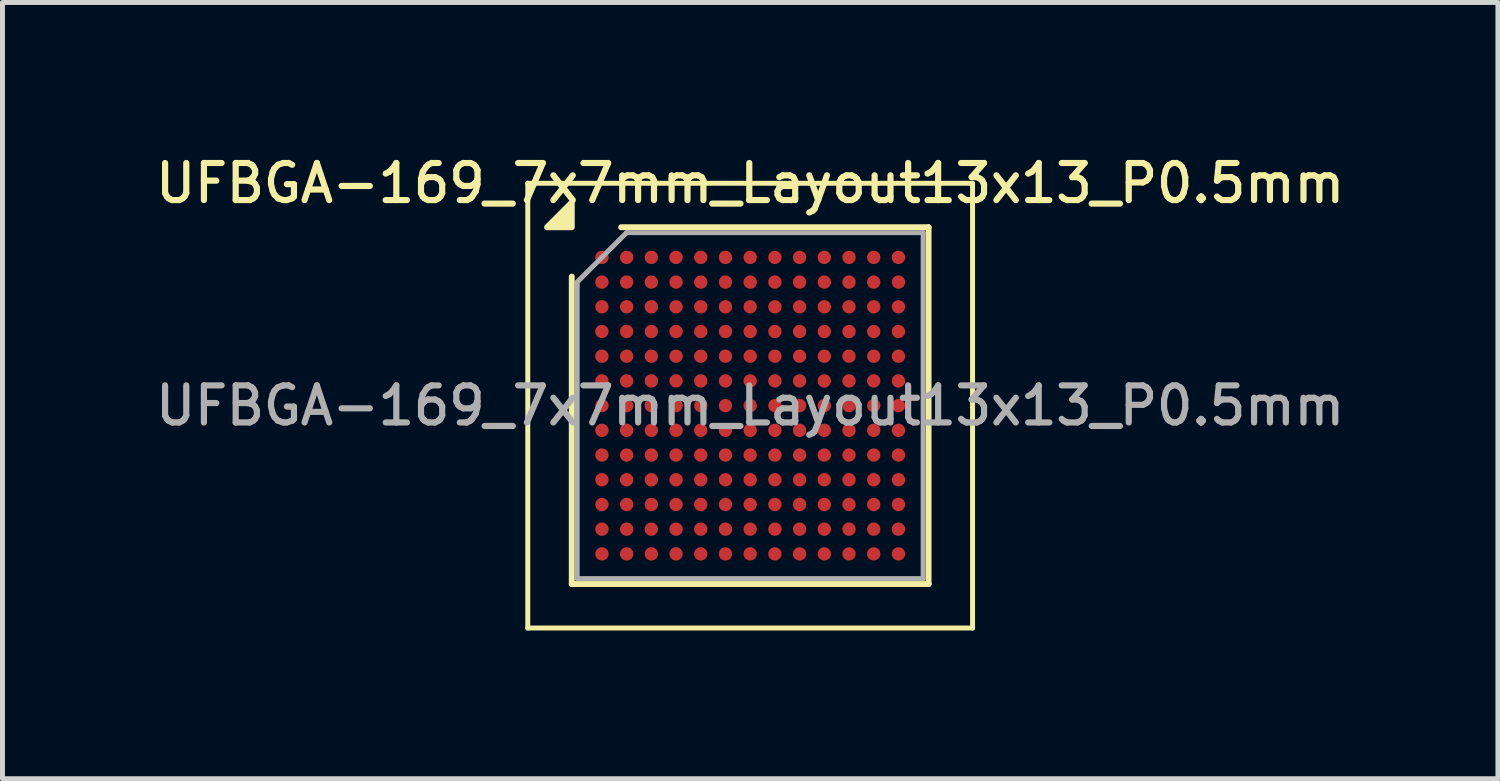
<source format=kicad_pcb>
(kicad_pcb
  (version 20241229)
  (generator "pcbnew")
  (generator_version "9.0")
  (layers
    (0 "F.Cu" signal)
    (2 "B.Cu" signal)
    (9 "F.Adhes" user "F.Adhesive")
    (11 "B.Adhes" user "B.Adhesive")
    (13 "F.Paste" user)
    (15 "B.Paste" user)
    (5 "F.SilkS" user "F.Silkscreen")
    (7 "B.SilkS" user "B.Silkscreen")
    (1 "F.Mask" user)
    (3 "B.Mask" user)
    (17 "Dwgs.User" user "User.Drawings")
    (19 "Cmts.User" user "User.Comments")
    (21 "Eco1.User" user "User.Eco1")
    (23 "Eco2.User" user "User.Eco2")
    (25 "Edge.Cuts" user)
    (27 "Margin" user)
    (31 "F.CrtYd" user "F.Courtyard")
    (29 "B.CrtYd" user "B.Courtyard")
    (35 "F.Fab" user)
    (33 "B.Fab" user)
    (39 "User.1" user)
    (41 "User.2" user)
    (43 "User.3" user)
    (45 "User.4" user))
  (footprint "UFBGA-169_7x7mm_Layout13x13_P0.5mm"
    (layer "F.Cu")
    (at 12.13 5.158)
    (property "Reference" "UFBGA-169_7x7mm_Layout13x13_P0.5mm" (at 0 -4.5 0) (layer "F.SilkS") (effects (font (size 0.75 0.75) (thickness 0.125))))
    (attr smd)
    (fp_line (start -4.5 -4.5) (end -4.5 4.5) (stroke (width 0.1) (type solid)) (layer "F.SilkS"))
    (fp_line (start -4.5 4.5) (end 4.5 4.5) (stroke (width 0.1) (type solid)) (layer "F.SilkS"))
    (fp_line (start -3.61 3.61) (end -3.61 -2.61) (stroke (width 0.12) (type solid)) (layer "F.SilkS"))
    (fp_line (start -2.61 -3.61) (end 3.61 -3.61) (stroke (width 0.12) (type solid)) (layer "F.SilkS"))
    (fp_line (start 3.61 -3.61) (end 3.61 3.61) (stroke (width 0.12) (type solid)) (layer "F.SilkS"))
    (fp_line (start 3.61 3.61) (end -3.61 3.61) (stroke (width 0.12) (type solid)) (layer "F.SilkS"))
    (fp_line (start 4.5 -4.5) (end -4.5 -4.5) (stroke (width 0.1) (type solid)) (layer "F.SilkS"))
    (fp_line (start 4.5 4.5) (end 4.5 -4.5) (stroke (width 0.1) (type solid)) (layer "F.SilkS"))
    (fp_poly (pts (xy -3.61 -3.61) (xy -4.11 -3.61) (xy -3.61 -4.11) (xy -3.61 -3.61)) (stroke (width 0.12) (type solid)) (fill yes) (layer "F.SilkS"))
    (fp_line (start -3.5 -2.5) (end -2.5 -3.5) (stroke (width 0.1) (type solid)) (layer "F.Fab"))
    (fp_line (start -3.5 3.5) (end -3.5 -2.5) (stroke (width 0.1) (type solid)) (layer "F.Fab"))
    (fp_line (start -2.5 -3.5) (end 3.5 -3.5) (stroke (width 0.1) (type solid)) (layer "F.Fab"))
    (fp_line (start 3.5 -3.5) (end 3.5 3.5) (stroke (width 0.1) (type solid)) (layer "F.Fab"))
    (fp_line (start 3.5 3.5) (end -3.5 3.5) (stroke (width 0.1) (type solid)) (layer "F.Fab"))
    (fp_text user "${REFERENCE}" (at 0 0 0) (layer "F.Fab") (effects (font (size 0.75 0.75) (thickness 0.125))))
    (pad "A1" smd circle (at -3 -3) (size 0.27 0.27) (property pad_prop_bga) (layers "F.Cu" "F.Mask" "F.Paste"))
    (pad "A2" smd circle (at -2.5 -3) (size 0.27 0.27) (property pad_prop_bga) (layers "F.Cu" "F.Mask" "F.Paste"))
    (pad "A3" smd circle (at -2 -3) (size 0.27 0.27) (property pad_prop_bga) (layers "F.Cu" "F.Mask" "F.Paste"))
    (pad "A4" smd circle (at -1.5 -3) (size 0.27 0.27) (property pad_prop_bga) (layers "F.Cu" "F.Mask" "F.Paste"))
    (pad "A5" smd circle (at -1 -3) (size 0.27 0.27) (property pad_prop_bga) (layers "F.Cu" "F.Mask" "F.Paste"))
    (pad "A6" smd circle (at -0.5 -3) (size 0.27 0.27) (property pad_prop_bga) (layers "F.Cu" "F.Mask" "F.Paste"))
    (pad "A7" smd circle (at 0 -3) (size 0.27 0.27) (property pad_prop_bga) (layers "F.Cu" "F.Mask" "F.Paste"))
    (pad "A8" smd circle (at 0.5 -3) (size 0.27 0.27) (property pad_prop_bga) (layers "F.Cu" "F.Mask" "F.Paste"))
    (pad "A9" smd circle (at 1 -3) (size 0.27 0.27) (property pad_prop_bga) (layers "F.Cu" "F.Mask" "F.Paste"))
    (pad "A10" smd circle (at 1.5 -3) (size 0.27 0.27) (property pad_prop_bga) (layers "F.Cu" "F.Mask" "F.Paste"))
    (pad "A11" smd circle (at 2 -3) (size 0.27 0.27) (property pad_prop_bga) (layers "F.Cu" "F.Mask" "F.Paste"))
    (pad "A12" smd circle (at 2.5 -3) (size 0.27 0.27) (property pad_prop_bga) (layers "F.Cu" "F.Mask" "F.Paste"))
    (pad "A13" smd circle (at 3 -3) (size 0.27 0.27) (property pad_prop_bga) (layers "F.Cu" "F.Mask" "F.Paste"))
    (pad "B1" smd circle (at -3 -2.5) (size 0.27 0.27) (property pad_prop_bga) (layers "F.Cu" "F.Mask" "F.Paste"))
    (pad "B2" smd circle (at -2.5 -2.5) (size 0.27 0.27) (property pad_prop_bga) (layers "F.Cu" "F.Mask" "F.Paste"))
    (pad "B3" smd circle (at -2 -2.5) (size 0.27 0.27) (property pad_prop_bga) (layers "F.Cu" "F.Mask" "F.Paste"))
    (pad "B4" smd circle (at -1.5 -2.5) (size 0.27 0.27) (property pad_prop_bga) (layers "F.Cu" "F.Mask" "F.Paste"))
    (pad "B5" smd circle (at -1 -2.5) (size 0.27 0.27) (property pad_prop_bga) (layers "F.Cu" "F.Mask" "F.Paste"))
    (pad "B6" smd circle (at -0.5 -2.5) (size 0.27 0.27) (property pad_prop_bga) (layers "F.Cu" "F.Mask" "F.Paste"))
    (pad "B7" smd circle (at 0 -2.5) (size 0.27 0.27) (property pad_prop_bga) (layers "F.Cu" "F.Mask" "F.Paste"))
    (pad "B8" smd circle (at 0.5 -2.5) (size 0.27 0.27) (property pad_prop_bga) (layers "F.Cu" "F.Mask" "F.Paste"))
    (pad "B9" smd circle (at 1 -2.5) (size 0.27 0.27) (property pad_prop_bga) (layers "F.Cu" "F.Mask" "F.Paste"))
    (pad "B10" smd circle (at 1.5 -2.5) (size 0.27 0.27) (property pad_prop_bga) (layers "F.Cu" "F.Mask" "F.Paste"))
    (pad "B11" smd circle (at 2 -2.5) (size 0.27 0.27) (property pad_prop_bga) (layers "F.Cu" "F.Mask" "F.Paste"))
    (pad "B12" smd circle (at 2.5 -2.5) (size 0.27 0.27) (property pad_prop_bga) (layers "F.Cu" "F.Mask" "F.Paste"))
    (pad "B13" smd circle (at 3 -2.5) (size 0.27 0.27) (property pad_prop_bga) (layers "F.Cu" "F.Mask" "F.Paste"))
    (pad "C1" smd circle (at -3 -2) (size 0.27 0.27) (property pad_prop_bga) (layers "F.Cu" "F.Mask" "F.Paste"))
    (pad "C2" smd circle (at -2.5 -2) (size 0.27 0.27) (property pad_prop_bga) (layers "F.Cu" "F.Mask" "F.Paste"))
    (pad "C3" smd circle (at -2 -2) (size 0.27 0.27) (property pad_prop_bga) (layers "F.Cu" "F.Mask" "F.Paste"))
    (pad "C4" smd circle (at -1.5 -2) (size 0.27 0.27) (property pad_prop_bga) (layers "F.Cu" "F.Mask" "F.Paste"))
    (pad "C5" smd circle (at -1 -2) (size 0.27 0.27) (property pad_prop_bga) (layers "F.Cu" "F.Mask" "F.Paste"))
    (pad "C6" smd circle (at -0.5 -2) (size 0.27 0.27) (property pad_prop_bga) (layers "F.Cu" "F.Mask" "F.Paste"))
    (pad "C7" smd circle (at 0 -2) (size 0.27 0.27) (property pad_prop_bga) (layers "F.Cu" "F.Mask" "F.Paste"))
    (pad "C8" smd circle (at 0.5 -2) (size 0.27 0.27) (property pad_prop_bga) (layers "F.Cu" "F.Mask" "F.Paste"))
    (pad "C9" smd circle (at 1 -2) (size 0.27 0.27) (property pad_prop_bga) (layers "F.Cu" "F.Mask" "F.Paste"))
    (pad "C10" smd circle (at 1.5 -2) (size 0.27 0.27) (property pad_prop_bga) (layers "F.Cu" "F.Mask" "F.Paste"))
    (pad "C11" smd circle (at 2 -2) (size 0.27 0.27) (property pad_prop_bga) (layers "F.Cu" "F.Mask" "F.Paste"))
    (pad "C12" smd circle (at 2.5 -2) (size 0.27 0.27) (property pad_prop_bga) (layers "F.Cu" "F.Mask" "F.Paste"))
    (pad "C13" smd circle (at 3 -2) (size 0.27 0.27) (property pad_prop_bga) (layers "F.Cu" "F.Mask" "F.Paste"))
    (pad "D1" smd circle (at -3 -1.5) (size 0.27 0.27) (property pad_prop_bga) (layers "F.Cu" "F.Mask" "F.Paste"))
    (pad "D2" smd circle (at -2.5 -1.5) (size 0.27 0.27) (property pad_prop_bga) (layers "F.Cu" "F.Mask" "F.Paste"))
    (pad "D3" smd circle (at -2 -1.5) (size 0.27 0.27) (property pad_prop_bga) (layers "F.Cu" "F.Mask" "F.Paste"))
    (pad "D4" smd circle (at -1.5 -1.5) (size 0.27 0.27) (property pad_prop_bga) (layers "F.Cu" "F.Mask" "F.Paste"))
    (pad "D5" smd circle (at -1 -1.5) (size 0.27 0.27) (property pad_prop_bga) (layers "F.Cu" "F.Mask" "F.Paste"))
    (pad "D6" smd circle (at -0.5 -1.5) (size 0.27 0.27) (property pad_prop_bga) (layers "F.Cu" "F.Mask" "F.Paste"))
    (pad "D7" smd circle (at 0 -1.5) (size 0.27 0.27) (property pad_prop_bga) (layers "F.Cu" "F.Mask" "F.Paste"))
    (pad "D8" smd circle (at 0.5 -1.5) (size 0.27 0.27) (property pad_prop_bga) (layers "F.Cu" "F.Mask" "F.Paste"))
    (pad "D9" smd circle (at 1 -1.5) (size 0.27 0.27) (property pad_prop_bga) (layers "F.Cu" "F.Mask" "F.Paste"))
    (pad "D10" smd circle (at 1.5 -1.5) (size 0.27 0.27) (property pad_prop_bga) (layers "F.Cu" "F.Mask" "F.Paste"))
    (pad "D11" smd circle (at 2 -1.5) (size 0.27 0.27) (property pad_prop_bga) (layers "F.Cu" "F.Mask" "F.Paste"))
    (pad "D12" smd circle (at 2.5 -1.5) (size 0.27 0.27) (property pad_prop_bga) (layers "F.Cu" "F.Mask" "F.Paste"))
    (pad "D13" smd circle (at 3 -1.5) (size 0.27 0.27) (property pad_prop_bga) (layers "F.Cu" "F.Mask" "F.Paste"))
    (pad "E1" smd circle (at -3 -1) (size 0.27 0.27) (property pad_prop_bga) (layers "F.Cu" "F.Mask" "F.Paste"))
    (pad "E2" smd circle (at -2.5 -1) (size 0.27 0.27) (property pad_prop_bga) (layers "F.Cu" "F.Mask" "F.Paste"))
    (pad "E3" smd circle (at -2 -1) (size 0.27 0.27) (property pad_prop_bga) (layers "F.Cu" "F.Mask" "F.Paste"))
    (pad "E4" smd circle (at -1.5 -1) (size 0.27 0.27) (property pad_prop_bga) (layers "F.Cu" "F.Mask" "F.Paste"))
    (pad "E5" smd circle (at -1 -1) (size 0.27 0.27) (property pad_prop_bga) (layers "F.Cu" "F.Mask" "F.Paste"))
    (pad "E6" smd circle (at -0.5 -1) (size 0.27 0.27) (property pad_prop_bga) (layers "F.Cu" "F.Mask" "F.Paste"))
    (pad "E7" smd circle (at 0 -1) (size 0.27 0.27) (property pad_prop_bga) (layers "F.Cu" "F.Mask" "F.Paste"))
    (pad "E8" smd circle (at 0.5 -1) (size 0.27 0.27) (property pad_prop_bga) (layers "F.Cu" "F.Mask" "F.Paste"))
    (pad "E9" smd circle (at 1 -1) (size 0.27 0.27) (property pad_prop_bga) (layers "F.Cu" "F.Mask" "F.Paste"))
    (pad "E10" smd circle (at 1.5 -1) (size 0.27 0.27) (property pad_prop_bga) (layers "F.Cu" "F.Mask" "F.Paste"))
    (pad "E11" smd circle (at 2 -1) (size 0.27 0.27) (property pad_prop_bga) (layers "F.Cu" "F.Mask" "F.Paste"))
    (pad "E12" smd circle (at 2.5 -1) (size 0.27 0.27) (property pad_prop_bga) (layers "F.Cu" "F.Mask" "F.Paste"))
    (pad "E13" smd circle (at 3 -1) (size 0.27 0.27) (property pad_prop_bga) (layers "F.Cu" "F.Mask" "F.Paste"))
    (pad "F1" smd circle (at -3 -0.5) (size 0.27 0.27) (property pad_prop_bga) (layers "F.Cu" "F.Mask" "F.Paste"))
    (pad "F2" smd circle (at -2.5 -0.5) (size 0.27 0.27) (property pad_prop_bga) (layers "F.Cu" "F.Mask" "F.Paste"))
    (pad "F3" smd circle (at -2 -0.5) (size 0.27 0.27) (property pad_prop_bga) (layers "F.Cu" "F.Mask" "F.Paste"))
    (pad "F4" smd circle (at -1.5 -0.5) (size 0.27 0.27) (property pad_prop_bga) (layers "F.Cu" "F.Mask" "F.Paste"))
    (pad "F5" smd circle (at -1 -0.5) (size 0.27 0.27) (property pad_prop_bga) (layers "F.Cu" "F.Mask" "F.Paste"))
    (pad "F6" smd circle (at -0.5 -0.5) (size 0.27 0.27) (property pad_prop_bga) (layers "F.Cu" "F.Mask" "F.Paste"))
    (pad "F7" smd circle (at 0 -0.5) (size 0.27 0.27) (property pad_prop_bga) (layers "F.Cu" "F.Mask" "F.Paste"))
    (pad "F8" smd circle (at 0.5 -0.5) (size 0.27 0.27) (property pad_prop_bga) (layers "F.Cu" "F.Mask" "F.Paste"))
    (pad "F9" smd circle (at 1 -0.5) (size 0.27 0.27) (property pad_prop_bga) (layers "F.Cu" "F.Mask" "F.Paste"))
    (pad "F10" smd circle (at 1.5 -0.5) (size 0.27 0.27) (property pad_prop_bga) (layers "F.Cu" "F.Mask" "F.Paste"))
    (pad "F11" smd circle (at 2 -0.5) (size 0.27 0.27) (property pad_prop_bga) (layers "F.Cu" "F.Mask" "F.Paste"))
    (pad "F12" smd circle (at 2.5 -0.5) (size 0.27 0.27) (property pad_prop_bga) (layers "F.Cu" "F.Mask" "F.Paste"))
    (pad "F13" smd circle (at 3 -0.5) (size 0.27 0.27) (property pad_prop_bga) (layers "F.Cu" "F.Mask" "F.Paste"))
    (pad "G1" smd circle (at -3 0) (size 0.27 0.27) (property pad_prop_bga) (layers "F.Cu" "F.Mask" "F.Paste"))
    (pad "G2" smd circle (at -2.5 0) (size 0.27 0.27) (property pad_prop_bga) (layers "F.Cu" "F.Mask" "F.Paste"))
    (pad "G3" smd circle (at -2 0) (size 0.27 0.27) (property pad_prop_bga) (layers "F.Cu" "F.Mask" "F.Paste"))
    (pad "G4" smd circle (at -1.5 0) (size 0.27 0.27) (property pad_prop_bga) (layers "F.Cu" "F.Mask" "F.Paste"))
    (pad "G5" smd circle (at -1 0) (size 0.27 0.27) (property pad_prop_bga) (layers "F.Cu" "F.Mask" "F.Paste"))
    (pad "G6" smd circle (at -0.5 0) (size 0.27 0.27) (property pad_prop_bga) (layers "F.Cu" "F.Mask" "F.Paste"))
    (pad "G7" smd circle (at 0 0) (size 0.27 0.27) (property pad_prop_bga) (layers "F.Cu" "F.Mask" "F.Paste"))
    (pad "G8" smd circle (at 0.5 0) (size 0.27 0.27) (property pad_prop_bga) (layers "F.Cu" "F.Mask" "F.Paste"))
    (pad "G9" smd circle (at 1 0) (size 0.27 0.27) (property pad_prop_bga) (layers "F.Cu" "F.Mask" "F.Paste"))
    (pad "G10" smd circle (at 1.5 0) (size 0.27 0.27) (property pad_prop_bga) (layers "F.Cu" "F.Mask" "F.Paste"))
    (pad "G11" smd circle (at 2 0) (size 0.27 0.27) (property pad_prop_bga) (layers "F.Cu" "F.Mask" "F.Paste"))
    (pad "G12" smd circle (at 2.5 0) (size 0.27 0.27) (property pad_prop_bga) (layers "F.Cu" "F.Mask" "F.Paste"))
    (pad "G13" smd circle (at 3 0) (size 0.27 0.27) (property pad_prop_bga) (layers "F.Cu" "F.Mask" "F.Paste"))
    (pad "H1" smd circle (at -3 0.5) (size 0.27 0.27) (property pad_prop_bga) (layers "F.Cu" "F.Mask" "F.Paste"))
    (pad "H2" smd circle (at -2.5 0.5) (size 0.27 0.27) (property pad_prop_bga) (layers "F.Cu" "F.Mask" "F.Paste"))
    (pad "H3" smd circle (at -2 0.5) (size 0.27 0.27) (property pad_prop_bga) (layers "F.Cu" "F.Mask" "F.Paste"))
    (pad "H4" smd circle (at -1.5 0.5) (size 0.27 0.27) (property pad_prop_bga) (layers "F.Cu" "F.Mask" "F.Paste"))
    (pad "H5" smd circle (at -1 0.5) (size 0.27 0.27) (property pad_prop_bga) (layers "F.Cu" "F.Mask" "F.Paste"))
    (pad "H6" smd circle (at -0.5 0.5) (size 0.27 0.27) (property pad_prop_bga) (layers "F.Cu" "F.Mask" "F.Paste"))
    (pad "H7" smd circle (at 0 0.5) (size 0.27 0.27) (property pad_prop_bga) (layers "F.Cu" "F.Mask" "F.Paste"))
    (pad "H8" smd circle (at 0.5 0.5) (size 0.27 0.27) (property pad_prop_bga) (layers "F.Cu" "F.Mask" "F.Paste"))
    (pad "H9" smd circle (at 1 0.5) (size 0.27 0.27) (property pad_prop_bga) (layers "F.Cu" "F.Mask" "F.Paste"))
    (pad "H10" smd circle (at 1.5 0.5) (size 0.27 0.27) (property pad_prop_bga) (layers "F.Cu" "F.Mask" "F.Paste"))
    (pad "H11" smd circle (at 2 0.5) (size 0.27 0.27) (property pad_prop_bga) (layers "F.Cu" "F.Mask" "F.Paste"))
    (pad "H12" smd circle (at 2.5 0.5) (size 0.27 0.27) (property pad_prop_bga) (layers "F.Cu" "F.Mask" "F.Paste"))
    (pad "H13" smd circle (at 3 0.5) (size 0.27 0.27) (property pad_prop_bga) (layers "F.Cu" "F.Mask" "F.Paste"))
    (pad "J1" smd circle (at -3 1) (size 0.27 0.27) (property pad_prop_bga) (layers "F.Cu" "F.Mask" "F.Paste"))
    (pad "J2" smd circle (at -2.5 1) (size 0.27 0.27) (property pad_prop_bga) (layers "F.Cu" "F.Mask" "F.Paste"))
    (pad "J3" smd circle (at -2 1) (size 0.27 0.27) (property pad_prop_bga) (layers "F.Cu" "F.Mask" "F.Paste"))
    (pad "J4" smd circle (at -1.5 1) (size 0.27 0.27) (property pad_prop_bga) (layers "F.Cu" "F.Mask" "F.Paste"))
    (pad "J5" smd circle (at -1 1) (size 0.27 0.27) (property pad_prop_bga) (layers "F.Cu" "F.Mask" "F.Paste"))
    (pad "J6" smd circle (at -0.5 1) (size 0.27 0.27) (property pad_prop_bga) (layers "F.Cu" "F.Mask" "F.Paste"))
    (pad "J7" smd circle (at 0 1) (size 0.27 0.27) (property pad_prop_bga) (layers "F.Cu" "F.Mask" "F.Paste"))
    (pad "J8" smd circle (at 0.5 1) (size 0.27 0.27) (property pad_prop_bga) (layers "F.Cu" "F.Mask" "F.Paste"))
    (pad "J9" smd circle (at 1 1) (size 0.27 0.27) (property pad_prop_bga) (layers "F.Cu" "F.Mask" "F.Paste"))
    (pad "J10" smd circle (at 1.5 1) (size 0.27 0.27) (property pad_prop_bga) (layers "F.Cu" "F.Mask" "F.Paste"))
    (pad "J11" smd circle (at 2 1) (size 0.27 0.27) (property pad_prop_bga) (layers "F.Cu" "F.Mask" "F.Paste"))
    (pad "J12" smd circle (at 2.5 1) (size 0.27 0.27) (property pad_prop_bga) (layers "F.Cu" "F.Mask" "F.Paste"))
    (pad "J13" smd circle (at 3 1) (size 0.27 0.27) (property pad_prop_bga) (layers "F.Cu" "F.Mask" "F.Paste"))
    (pad "K1" smd circle (at -3 1.5) (size 0.27 0.27) (property pad_prop_bga) (layers "F.Cu" "F.Mask" "F.Paste"))
    (pad "K2" smd circle (at -2.5 1.5) (size 0.27 0.27) (property pad_prop_bga) (layers "F.Cu" "F.Mask" "F.Paste"))
    (pad "K3" smd circle (at -2 1.5) (size 0.27 0.27) (property pad_prop_bga) (layers "F.Cu" "F.Mask" "F.Paste"))
    (pad "K4" smd circle (at -1.5 1.5) (size 0.27 0.27) (property pad_prop_bga) (layers "F.Cu" "F.Mask" "F.Paste"))
    (pad "K5" smd circle (at -1 1.5) (size 0.27 0.27) (property pad_prop_bga) (layers "F.Cu" "F.Mask" "F.Paste"))
    (pad "K6" smd circle (at -0.5 1.5) (size 0.27 0.27) (property pad_prop_bga) (layers "F.Cu" "F.Mask" "F.Paste"))
    (pad "K7" smd circle (at 0 1.5) (size 0.27 0.27) (property pad_prop_bga) (layers "F.Cu" "F.Mask" "F.Paste"))
    (pad "K8" smd circle (at 0.5 1.5) (size 0.27 0.27) (property pad_prop_bga) (layers "F.Cu" "F.Mask" "F.Paste"))
    (pad "K9" smd circle (at 1 1.5) (size 0.27 0.27) (property pad_prop_bga) (layers "F.Cu" "F.Mask" "F.Paste"))
    (pad "K10" smd circle (at 1.5 1.5) (size 0.27 0.27) (property pad_prop_bga) (layers "F.Cu" "F.Mask" "F.Paste"))
    (pad "K11" smd circle (at 2 1.5) (size 0.27 0.27) (property pad_prop_bga) (layers "F.Cu" "F.Mask" "F.Paste"))
    (pad "K12" smd circle (at 2.5 1.5) (size 0.27 0.27) (property pad_prop_bga) (layers "F.Cu" "F.Mask" "F.Paste"))
    (pad "K13" smd circle (at 3 1.5) (size 0.27 0.27) (property pad_prop_bga) (layers "F.Cu" "F.Mask" "F.Paste"))
    (pad "L1" smd circle (at -3 2) (size 0.27 0.27) (property pad_prop_bga) (layers "F.Cu" "F.Mask" "F.Paste"))
    (pad "L2" smd circle (at -2.5 2) (size 0.27 0.27) (property pad_prop_bga) (layers "F.Cu" "F.Mask" "F.Paste"))
    (pad "L3" smd circle (at -2 2) (size 0.27 0.27) (property pad_prop_bga) (layers "F.Cu" "F.Mask" "F.Paste"))
    (pad "L4" smd circle (at -1.5 2) (size 0.27 0.27) (property pad_prop_bga) (layers "F.Cu" "F.Mask" "F.Paste"))
    (pad "L5" smd circle (at -1 2) (size 0.27 0.27) (property pad_prop_bga) (layers "F.Cu" "F.Mask" "F.Paste"))
    (pad "L6" smd circle (at -0.5 2) (size 0.27 0.27) (property pad_prop_bga) (layers "F.Cu" "F.Mask" "F.Paste"))
    (pad "L7" smd circle (at 0 2) (size 0.27 0.27) (property pad_prop_bga) (layers "F.Cu" "F.Mask" "F.Paste"))
    (pad "L8" smd circle (at 0.5 2) (size 0.27 0.27) (property pad_prop_bga) (layers "F.Cu" "F.Mask" "F.Paste"))
    (pad "L9" smd circle (at 1 2) (size 0.27 0.27) (property pad_prop_bga) (layers "F.Cu" "F.Mask" "F.Paste"))
    (pad "L10" smd circle (at 1.5 2) (size 0.27 0.27) (property pad_prop_bga) (layers "F.Cu" "F.Mask" "F.Paste"))
    (pad "L11" smd circle (at 2 2) (size 0.27 0.27) (property pad_prop_bga) (layers "F.Cu" "F.Mask" "F.Paste"))
    (pad "L12" smd circle (at 2.5 2) (size 0.27 0.27) (property pad_prop_bga) (layers "F.Cu" "F.Mask" "F.Paste"))
    (pad "L13" smd circle (at 3 2) (size 0.27 0.27) (property pad_prop_bga) (layers "F.Cu" "F.Mask" "F.Paste"))
    (pad "M1" smd circle (at -3 2.5) (size 0.27 0.27) (property pad_prop_bga) (layers "F.Cu" "F.Mask" "F.Paste"))
    (pad "M2" smd circle (at -2.5 2.5) (size 0.27 0.27) (property pad_prop_bga) (layers "F.Cu" "F.Mask" "F.Paste"))
    (pad "M3" smd circle (at -2 2.5) (size 0.27 0.27) (property pad_prop_bga) (layers "F.Cu" "F.Mask" "F.Paste"))
    (pad "M4" smd circle (at -1.5 2.5) (size 0.27 0.27) (property pad_prop_bga) (layers "F.Cu" "F.Mask" "F.Paste"))
    (pad "M5" smd circle (at -1 2.5) (size 0.27 0.27) (property pad_prop_bga) (layers "F.Cu" "F.Mask" "F.Paste"))
    (pad "M6" smd circle (at -0.5 2.5) (size 0.27 0.27) (property pad_prop_bga) (layers "F.Cu" "F.Mask" "F.Paste"))
    (pad "M7" smd circle (at 0 2.5) (size 0.27 0.27) (property pad_prop_bga) (layers "F.Cu" "F.Mask" "F.Paste"))
    (pad "M8" smd circle (at 0.5 2.5) (size 0.27 0.27) (property pad_prop_bga) (layers "F.Cu" "F.Mask" "F.Paste"))
    (pad "M9" smd circle (at 1 2.5) (size 0.27 0.27) (property pad_prop_bga) (layers "F.Cu" "F.Mask" "F.Paste"))
    (pad "M10" smd circle (at 1.5 2.5) (size 0.27 0.27) (property pad_prop_bga) (layers "F.Cu" "F.Mask" "F.Paste"))
    (pad "M11" smd circle (at 2 2.5) (size 0.27 0.27) (property pad_prop_bga) (layers "F.Cu" "F.Mask" "F.Paste"))
    (pad "M12" smd circle (at 2.5 2.5) (size 0.27 0.27) (property pad_prop_bga) (layers "F.Cu" "F.Mask" "F.Paste"))
    (pad "M13" smd circle (at 3 2.5) (size 0.27 0.27) (property pad_prop_bga) (layers "F.Cu" "F.Mask" "F.Paste"))
    (pad "N1" smd circle (at -3 3) (size 0.27 0.27) (property pad_prop_bga) (layers "F.Cu" "F.Mask" "F.Paste"))
    (pad "N2" smd circle (at -2.5 3) (size 0.27 0.27) (property pad_prop_bga) (layers "F.Cu" "F.Mask" "F.Paste"))
    (pad "N3" smd circle (at -2 3) (size 0.27 0.27) (property pad_prop_bga) (layers "F.Cu" "F.Mask" "F.Paste"))
    (pad "N4" smd circle (at -1.5 3) (size 0.27 0.27) (property pad_prop_bga) (layers "F.Cu" "F.Mask" "F.Paste"))
    (pad "N5" smd circle (at -1 3) (size 0.27 0.27) (property pad_prop_bga) (layers "F.Cu" "F.Mask" "F.Paste"))
    (pad "N6" smd circle (at -0.5 3) (size 0.27 0.27) (property pad_prop_bga) (layers "F.Cu" "F.Mask" "F.Paste"))
    (pad "N7" smd circle (at 0 3) (size 0.27 0.27) (property pad_prop_bga) (layers "F.Cu" "F.Mask" "F.Paste"))
    (pad "N8" smd circle (at 0.5 3) (size 0.27 0.27) (property pad_prop_bga) (layers "F.Cu" "F.Mask" "F.Paste"))
    (pad "N9" smd circle (at 1 3) (size 0.27 0.27) (property pad_prop_bga) (layers "F.Cu" "F.Mask" "F.Paste"))
    (pad "N10" smd circle (at 1.5 3) (size 0.27 0.27) (property pad_prop_bga) (layers "F.Cu" "F.Mask" "F.Paste"))
    (pad "N11" smd circle (at 2 3) (size 0.27 0.27) (property pad_prop_bga) (layers "F.Cu" "F.Mask" "F.Paste"))
    (pad "N12" smd circle (at 2.5 3) (size 0.27 0.27) (property pad_prop_bga) (layers "F.Cu" "F.Mask" "F.Paste"))
    (pad "N13" smd circle (at 3 3) (size 0.27 0.27) (property pad_prop_bga) (layers "F.Cu" "F.Mask" "F.Paste")))
  (gr_rect
    (start -3 -3)
    (end 27.261 12.708)
    (stroke (width 0.1) (type default))
    (fill no)
    (layer "Edge.Cuts")))
</source>
